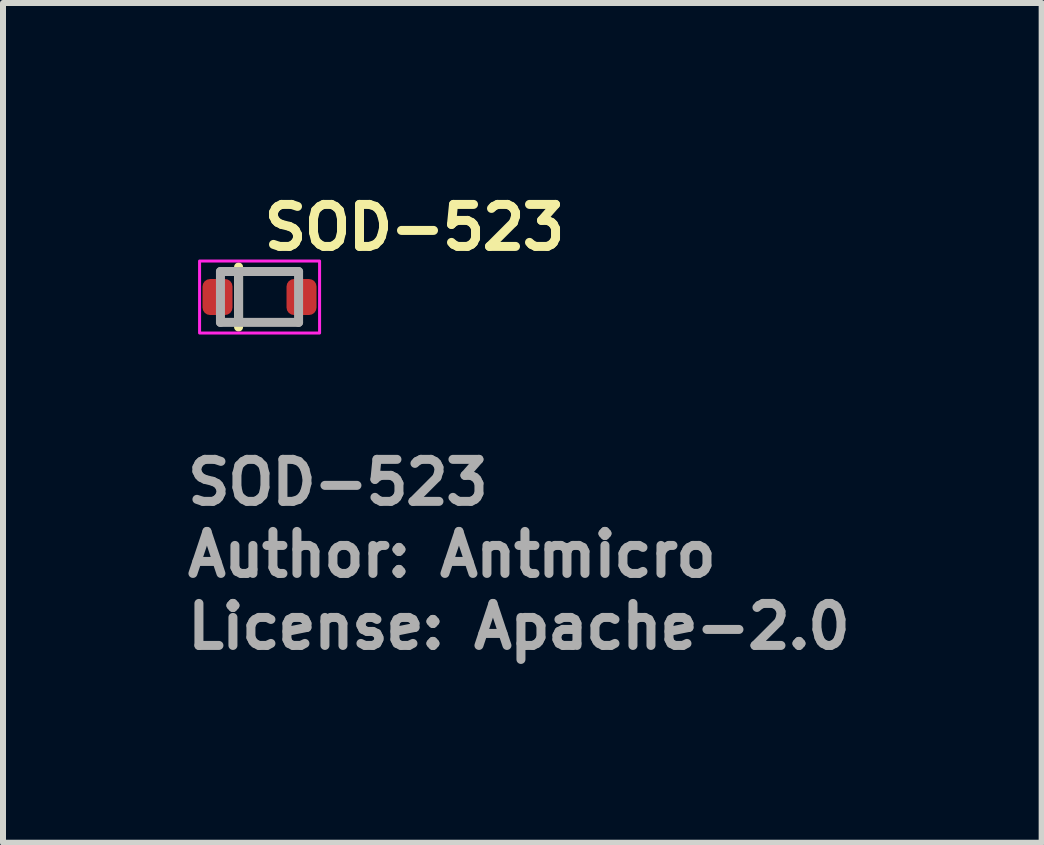
<source format=kicad_pcb>
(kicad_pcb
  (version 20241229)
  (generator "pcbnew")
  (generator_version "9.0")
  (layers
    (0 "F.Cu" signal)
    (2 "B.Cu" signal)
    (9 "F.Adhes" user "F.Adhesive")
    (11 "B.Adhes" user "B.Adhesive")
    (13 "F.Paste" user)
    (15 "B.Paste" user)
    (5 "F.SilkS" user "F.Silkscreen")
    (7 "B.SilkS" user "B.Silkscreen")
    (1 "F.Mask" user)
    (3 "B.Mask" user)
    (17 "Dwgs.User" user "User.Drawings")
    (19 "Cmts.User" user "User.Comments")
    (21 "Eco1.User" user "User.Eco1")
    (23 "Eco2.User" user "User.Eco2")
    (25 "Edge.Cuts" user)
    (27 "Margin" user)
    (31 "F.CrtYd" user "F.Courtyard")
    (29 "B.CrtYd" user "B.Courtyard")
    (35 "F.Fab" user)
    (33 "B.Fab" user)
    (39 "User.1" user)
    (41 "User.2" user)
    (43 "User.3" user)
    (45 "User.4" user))
  (footprint "SOD-523"
    (layer "F.Cu")
    (at 1.276 1.9)
    (property "Reference" "SOD-523" (at 0 -0.75 0) (layer "F.SilkS") (effects (font (size 0.7 0.7) (thickness 0.15)) (justify left bottom)))
    (attr smd)
    (fp_line (start -0.35 -0.5) (end -0.35 0.5) (stroke (width 0.15) (type solid)) (layer "F.SilkS"))
    (fp_rect (start -1 -0.6) (end 1 0.6) (stroke (width 0.05) (type solid)) (fill no) (layer "F.CrtYd"))
    (fp_line (start -0.652 -0.425) (end 0.65 -0.425) (stroke (width 0.15) (type solid)) (layer "F.Fab"))
    (fp_line (start -0.652 0.423) (end -0.652 -0.425) (stroke (width 0.15) (type solid)) (layer "F.Fab"))
    (fp_line (start -0.652 0.423) (end 0.65 0.423) (stroke (width 0.15) (type solid)) (layer "F.Fab"))
    (fp_line (start -0.35 -0.4) (end -0.35 0.4) (stroke (width 0.15) (type solid)) (layer "F.Fab"))
    (fp_line (start 0.65 -0.425) (end 0.65 0.423) (stroke (width 0.15) (type solid)) (layer "F.Fab"))
    (fp_rect (start -0.85 -0.452) (end 0.848 0.45) (stroke (width 0.1) (type solid)) (fill no) (layer "User.5"))
    (fp_line (start -0.85 -0.176) (end -0.85 0.174) (stroke (width 0.02) (type solid)) (layer "User.9"))
    (fp_line (start -0.85 0.174) (end -0.652 0.174) (stroke (width 0.02) (type solid)) (layer "User.9"))
    (fp_line (start -0.652 -0.452) (end 0.65 -0.452) (stroke (width 0.02) (type solid)) (layer "User.9"))
    (fp_line (start -0.652 -0.176) (end -0.85 -0.176) (stroke (width 0.02) (type solid)) (layer "User.9"))
    (fp_line (start -0.652 -0.176) (end -0.652 -0.452) (stroke (width 0.02) (type solid)) (layer "User.9"))
    (fp_line (start -0.652 0.174) (end -0.652 -0.176) (stroke (width 0.02) (type solid)) (layer "User.9"))
    (fp_line (start -0.652 0.45) (end -0.652 0.174) (stroke (width 0.02) (type solid)) (layer "User.9"))
    (fp_line (start -0.603 -0.404) (end -0.652 -0.452) (stroke (width 0.02) (type solid)) (layer "User.9"))
    (fp_line (start -0.603 -0.404) (end -0.554 -0.353) (stroke (width 0.02) (type solid)) (layer "User.9"))
    (fp_line (start -0.603 0.402) (end -0.652 0.45) (stroke (width 0.02) (type solid)) (layer "User.9"))
    (fp_line (start -0.603 0.402) (end -0.554 0.351) (stroke (width 0.02) (type solid)) (layer "User.9"))
    (fp_line (start -0.5 -0.293) (end -0.5 0.291) (stroke (width 0.02) (type solid)) (layer "User.9"))
    (fp_line (start -0.5 0.291) (end -0.402 0.291) (stroke (width 0.02) (type solid)) (layer "User.9"))
    (fp_line (start -0.402 -0.293) (end -0.5 -0.293) (stroke (width 0.02) (type solid)) (layer "User.9"))
    (fp_line (start -0.402 0.291) (end -0.402 -0.293) (stroke (width 0.02) (type solid)) (layer "User.9"))
    (fp_line (start 0.552 -0.353) (end 0.601 -0.404) (stroke (width 0.02) (type solid)) (layer "User.9"))
    (fp_line (start 0.552 0.351) (end 0.601 0.402) (stroke (width 0.02) (type solid)) (layer "User.9"))
    (fp_line (start 0.65 -0.452) (end 0.601 -0.404) (stroke (width 0.02) (type solid)) (layer "User.9"))
    (fp_line (start 0.65 -0.452) (end 0.65 -0.176) (stroke (width 0.02) (type solid)) (layer "User.9"))
    (fp_line (start 0.65 -0.176) (end 0.65 0.174) (stroke (width 0.02) (type solid)) (layer "User.9"))
    (fp_line (start 0.65 0.174) (end 0.65 0.45) (stroke (width 0.02) (type solid)) (layer "User.9"))
    (fp_line (start 0.65 0.174) (end 0.848 0.174) (stroke (width 0.02) (type solid)) (layer "User.9"))
    (fp_line (start 0.65 0.45) (end -0.652 0.45) (stroke (width 0.02) (type solid)) (layer "User.9"))
    (fp_line (start 0.65 0.45) (end 0.601 0.402) (stroke (width 0.02) (type solid)) (layer "User.9"))
    (fp_line (start 0.848 -0.176) (end 0.65 -0.176) (stroke (width 0.02) (type solid)) (layer "User.9"))
    (fp_line (start 0.848 0.174) (end 0.848 -0.176) (stroke (width 0.02) (type solid)) (layer "User.9"))
    (fp_text user "${REFERENCE}" (at -1.276 3.499 0) (layer "F.Fab") (effects (font (size 0.7 0.7) (thickness 0.15)) (justify left bottom)))
    (fp_text user "License: Apache-2.0" (at -1.276 5.9 0) (layer "F.Fab") (effects (font (size 0.7 0.7) (thickness 0.15)) (justify left bottom)))
    (fp_text user "Author: Antmicro" (at -1.276 4.7 0) (layer "F.Fab") (effects (font (size 0.7 0.7) (thickness 0.15)) (justify left bottom)))
    (pad "1" smd roundrect (at -0.701 0) (size 0.5 0.6) (layers "F.Cu" "F.Mask" "F.Paste") (roundrect_rratio 0.25))
    (pad "2" smd roundrect (at 0.699 0) (size 0.5 0.6) (layers "F.Cu" "F.Mask" "F.Paste") (roundrect_rratio 0.25)))
  (gr_rect
    (start -3 -3)
    (end 14.31 10.995)
    (stroke (width 0.1) (type default))
    (fill no)
    (layer "Edge.Cuts")))
</source>
